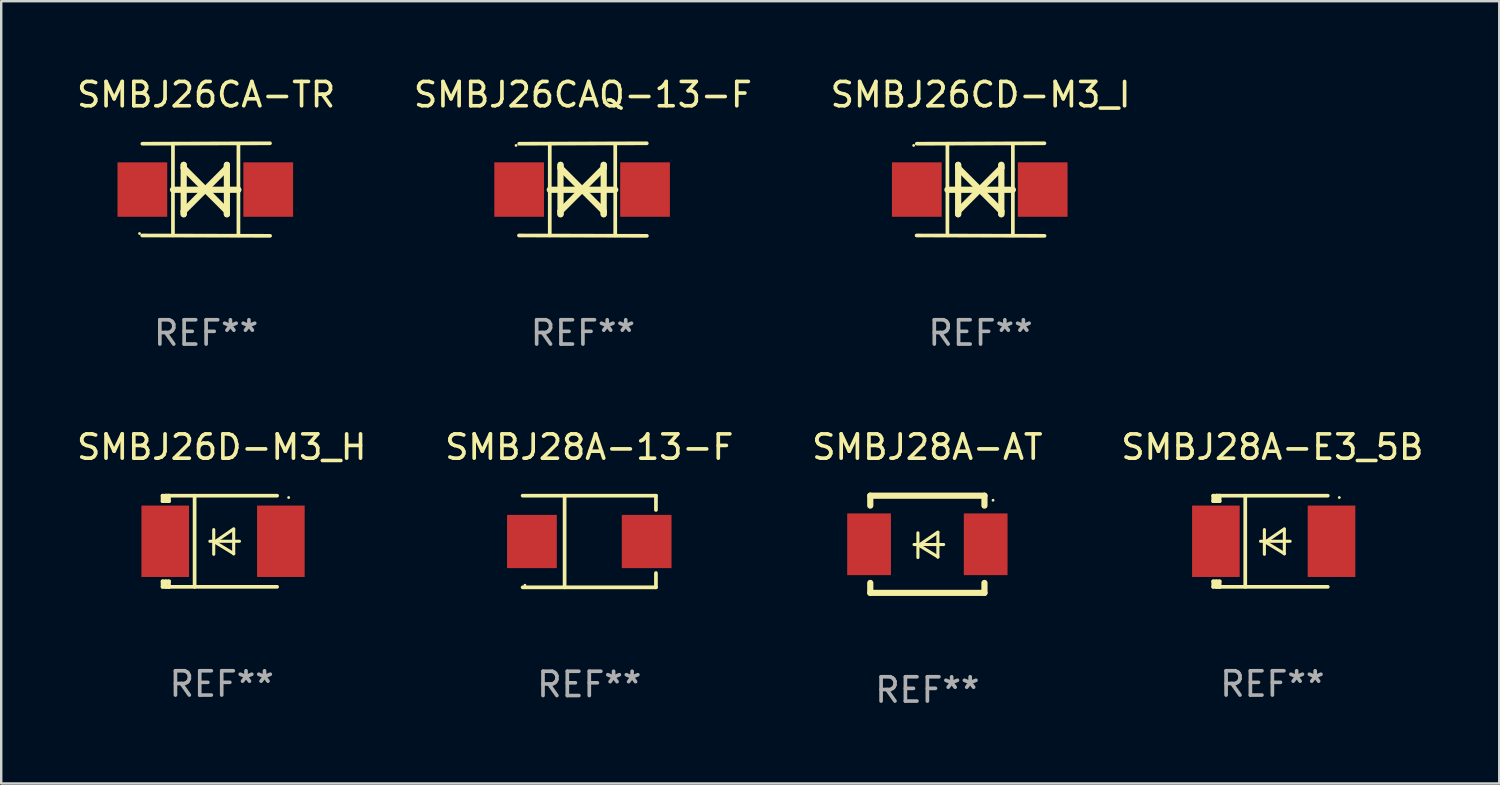
<source format=kicad_pcb>
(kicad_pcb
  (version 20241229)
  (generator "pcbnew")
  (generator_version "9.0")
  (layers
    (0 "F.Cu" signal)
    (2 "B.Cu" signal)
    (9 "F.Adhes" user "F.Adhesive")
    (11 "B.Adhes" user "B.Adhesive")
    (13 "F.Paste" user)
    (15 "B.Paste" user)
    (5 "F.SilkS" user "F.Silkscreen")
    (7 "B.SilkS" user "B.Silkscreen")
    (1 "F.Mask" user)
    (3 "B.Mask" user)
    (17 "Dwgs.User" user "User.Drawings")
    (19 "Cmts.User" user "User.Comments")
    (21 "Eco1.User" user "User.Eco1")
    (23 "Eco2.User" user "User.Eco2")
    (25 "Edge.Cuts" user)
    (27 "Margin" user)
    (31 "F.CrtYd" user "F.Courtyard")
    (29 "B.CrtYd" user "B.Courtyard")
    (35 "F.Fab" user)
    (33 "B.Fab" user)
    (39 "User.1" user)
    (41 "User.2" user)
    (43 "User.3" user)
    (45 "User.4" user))
  (footprint "SMBJ26CD-M3_I"
    (layer "F.Cu")
    (at 37.315 4.753)
    (property "Reference" "SMBJ26CD-M3_I" (at 0 -3.905 0) (layer "F.SilkS") (effects (font (size 1 1) (thickness 0.15))))
    (attr through_hole)
    (fp_line (start -1.365 1.886) (end -1.365 -1.886) (stroke (width 0.152) (type solid)) (layer "F.SilkS"))
    (fp_line (start -1.365 0.008) (end 1.33 0.008) (stroke (width 0.254) (type solid)) (layer "F.SilkS"))
    (fp_line (start -0.923 -1.016) (end -0.923 1.016) (stroke (width 0.254) (type solid)) (layer "F.SilkS"))
    (fp_line (start -0.923 -0.889) (end -0.923 -1.016) (stroke (width 0.254) (type solid)) (layer "F.SilkS"))
    (fp_line (start -0.923 0.889) (end -0.034 0) (stroke (width 0.254) (type solid)) (layer "F.SilkS"))
    (fp_line (start -0.923 1.016) (end -0.923 0.889) (stroke (width 0.254) (type solid)) (layer "F.SilkS"))
    (fp_line (start -0.034 0) (end -0.923 -0.889) (stroke (width 0.254) (type solid)) (layer "F.SilkS"))
    (fp_line (start -0.034 0) (end 0.855 0.889) (stroke (width 0.254) (type solid)) (layer "F.SilkS"))
    (fp_line (start 0.855 -1.016) (end 0.855 -0.889) (stroke (width 0.254) (type solid)) (layer "F.SilkS"))
    (fp_line (start 0.855 -0.889) (end -0.034 0) (stroke (width 0.254) (type solid)) (layer "F.SilkS"))
    (fp_line (start 0.855 0.889) (end 0.855 1.016) (stroke (width 0.254) (type solid)) (layer "F.SilkS"))
    (fp_line (start 0.855 1.016) (end 0.855 -1.016) (stroke (width 0.254) (type solid)) (layer "F.SilkS"))
    (fp_line (start 1.33 1.886) (end 1.33 -1.886) (stroke (width 0.152) (type solid)) (layer "F.SilkS"))
    (fp_line (start 2.629 -1.905) (end -2.625 -1.887) (stroke (width 0.152) (type solid)) (layer "F.SilkS"))
    (fp_line (start 2.633 1.905) (end -2.633 1.89) (stroke (width 0.152) (type solid)) (layer "F.SilkS"))
    (fp_circle (center -2.753 -1.816) (end -2.723 -1.816) (stroke (width 0.06) (type solid)) (fill no) (layer "F.SilkS"))
    (fp_text user "REF**" (at 0 5.905 0) (layer "F.Fab") (effects (font (size 1 1) (thickness 0.15))))
    (pad "1" smd rect (at -2.625 0) (size 2.047 2.241) (layers "F.Cu" "F.Mask" "F.Paste"))
    (pad "2" smd rect (at 2.557 0) (size 2.047 2.241) (layers "F.Cu" "F.Mask" "F.Paste")))
  (footprint "SMBJ26D-M3_H"
    (layer "F.Cu")
    (at 6.077 19.231)
    (property "Reference" "SMBJ26D-M3_H" (at 0 -3.876 0) (layer "F.SilkS") (effects (font (size 1 1) (thickness 0.15))))
    (attr through_hole)
    (fp_line (start -2.435 1.65) (end -2.171 1.65) (stroke (width 0.152) (type solid)) (layer "F.SilkS"))
    (fp_line (start -2.435 1.876) (end -2.435 1.65) (stroke (width 0.152) (type solid)) (layer "F.SilkS"))
    (fp_line (start -2.435 -1.876) (end -2.171 -1.876) (stroke (width 0.152) (type solid)) (layer "F.SilkS"))
    (fp_line (start -2.435 -1.65) (end -2.435 -1.876) (stroke (width 0.152) (type solid)) (layer "F.SilkS"))
    (fp_line (start -2.305 -1.866) (end -2.295 -1.876) (stroke (width 0.152) (type solid)) (layer "F.SilkS"))
    (fp_line (start -2.305 -1.65) (end -2.305 -1.866) (stroke (width 0.152) (type solid)) (layer "F.SilkS"))
    (fp_line (start -2.305 1.876) (end -2.305 1.65) (stroke (width 0.152) (type solid)) (layer "F.SilkS"))
    (fp_line (start -2.295 -1.876) (end -2.295 -1.65) (stroke (width 0.152) (type solid)) (layer "F.SilkS"))
    (fp_line (start -2.171 1.876) (end -2.435 1.876) (stroke (width 0.152) (type solid)) (layer "F.SilkS"))
    (fp_line (start -2.171 -1.65) (end -2.435 -1.65) (stroke (width 0.152) (type solid)) (layer "F.SilkS"))
    (fp_line (start -2.171 -1.876) (end -2.295 -1.876) (stroke (width 0.152) (type solid)) (layer "F.SilkS"))
    (fp_line (start -2.171 -1.65) (end -2.171 -1.876) (stroke (width 0.152) (type solid)) (layer "F.SilkS"))
    (fp_line (start -2.171 1.876) (end -2.305 1.876) (stroke (width 0.152) (type solid)) (layer "F.SilkS"))
    (fp_line (start -2.171 1.876) (end -2.171 1.65) (stroke (width 0.152) (type solid)) (layer "F.SilkS"))
    (fp_line (start -1.116 1.876) (end -1.116 -1.876) (stroke (width 0.152) (type solid)) (layer "F.SilkS"))
    (fp_line (start -0.488 0.000102) (end 0.731 0.000102) (stroke (width 0.127) (type solid)) (layer "F.SilkS"))
    (fp_line (start -0.329 -0.48) (end -0.329 0.536) (stroke (width 0.127) (type solid)) (layer "F.SilkS"))
    (fp_line (start -0.29 0.03) (end 0.493 0.51) (stroke (width 0.127) (type solid)) (layer "F.SilkS"))
    (fp_line (start 0.493 -0.51) (end -0.29 0.03) (stroke (width 0.127) (type solid)) (layer "F.SilkS"))
    (fp_line (start 0.493 0.52) (end 0.493 -0.496) (stroke (width 0.127) (type solid)) (layer "F.SilkS"))
    (fp_line (start 2.281 -1.876) (end -2.171 -1.876) (stroke (width 0.152) (type solid)) (layer "F.SilkS"))
    (fp_line (start 2.281 1.876) (end -2.171 1.876) (stroke (width 0.152) (type solid)) (layer "F.SilkS"))
    (fp_circle (center 2.755 -1.8) (end 2.785 -1.8) (stroke (width 0.06) (type solid)) (fill no) (layer "F.SilkS"))
    (fp_text user "REF**" (at 0 5.876 0) (layer "F.Fab") (effects (font (size 1 1) (thickness 0.15))))
    (pad "1" smd rect (at 2.435 -0.000025 180) (size 1.96 2.94) (layers "F.Cu" "F.Mask" "F.Paste"))
    (pad "2" smd rect (at -2.325 -0.000025 180) (size 1.96 2.94) (layers "F.Cu" "F.Mask" "F.Paste")))
  (footprint "SMBJ28A-AT"
    (layer "F.Cu")
    (at 35.125 19.355)
    (property "Reference" "SMBJ28A-AT" (at 0 -4 0) (layer "F.SilkS") (effects (font (size 1 1) (thickness 0.15))))
    (attr through_hole)
    (fp_line (start -2.35 -2) (end -2.35 -1.591) (stroke (width 0.254) (type solid)) (layer "F.SilkS"))
    (fp_line (start -2.35 -2) (end 2.35 -2) (stroke (width 0.254) (type solid)) (layer "F.SilkS"))
    (fp_line (start -2.35 1.591) (end -2.35 2) (stroke (width 0.254) (type solid)) (layer "F.SilkS"))
    (fp_line (start -2.35 2) (end 2.35 2) (stroke (width 0.254) (type solid)) (layer "F.SilkS"))
    (fp_line (start -0.548 0.01) (end 0.671 0.01) (stroke (width 0.127) (type solid)) (layer "F.SilkS"))
    (fp_line (start -0.389 -0.47) (end -0.389 0.546) (stroke (width 0.127) (type solid)) (layer "F.SilkS"))
    (fp_line (start -0.35 0.04) (end 0.433 0.52) (stroke (width 0.127) (type solid)) (layer "F.SilkS"))
    (fp_line (start 0.433 -0.5) (end -0.35 0.04) (stroke (width 0.127) (type solid)) (layer "F.SilkS"))
    (fp_line (start 0.433 0.53) (end 0.433 -0.486) (stroke (width 0.127) (type solid)) (layer "F.SilkS"))
    (fp_line (start 2.35 -2) (end 2.35 -1.591) (stroke (width 0.254) (type solid)) (layer "F.SilkS"))
    (fp_line (start 2.35 1.591) (end 2.35 2) (stroke (width 0.254) (type solid)) (layer "F.SilkS"))
    (fp_circle (center 2.704 -1.813) (end 2.734 -1.813) (stroke (width 0.06) (type solid)) (fill no) (layer "F.SilkS"))
    (fp_text user "REF**" (at 0 6 0) (layer "F.Fab") (effects (font (size 1 1) (thickness 0.15))))
    (pad "1" smd rect (at 2.4 0) (size 1.8 2.54) (layers "F.Cu" "F.Mask" "F.Paste"))
    (pad "2" smd rect (at -2.4 0) (size 1.8 2.54) (layers "F.Cu" "F.Mask" "F.Paste")))
  (footprint "SMBJ28A-E3_5B"
    (layer "F.Cu")
    (at 49.327 19.231)
    (property "Reference" "SMBJ28A-E3_5B" (at 0 -3.876 0) (layer "F.SilkS") (effects (font (size 1 1) (thickness 0.15))))
    (attr through_hole)
    (fp_line (start -2.435 1.65) (end -2.171 1.65) (stroke (width 0.152) (type solid)) (layer "F.SilkS"))
    (fp_line (start -2.435 1.876) (end -2.435 1.65) (stroke (width 0.152) (type solid)) (layer "F.SilkS"))
    (fp_line (start -2.435 -1.876) (end -2.171 -1.876) (stroke (width 0.152) (type solid)) (layer "F.SilkS"))
    (fp_line (start -2.435 -1.65) (end -2.435 -1.876) (stroke (width 0.152) (type solid)) (layer "F.SilkS"))
    (fp_line (start -2.305 -1.866) (end -2.295 -1.876) (stroke (width 0.152) (type solid)) (layer "F.SilkS"))
    (fp_line (start -2.305 -1.65) (end -2.305 -1.866) (stroke (width 0.152) (type solid)) (layer "F.SilkS"))
    (fp_line (start -2.305 1.876) (end -2.305 1.65) (stroke (width 0.152) (type solid)) (layer "F.SilkS"))
    (fp_line (start -2.295 -1.876) (end -2.295 -1.65) (stroke (width 0.152) (type solid)) (layer "F.SilkS"))
    (fp_line (start -2.171 1.876) (end -2.435 1.876) (stroke (width 0.152) (type solid)) (layer "F.SilkS"))
    (fp_line (start -2.171 -1.65) (end -2.435 -1.65) (stroke (width 0.152) (type solid)) (layer "F.SilkS"))
    (fp_line (start -2.171 -1.876) (end -2.295 -1.876) (stroke (width 0.152) (type solid)) (layer "F.SilkS"))
    (fp_line (start -2.171 -1.65) (end -2.171 -1.876) (stroke (width 0.152) (type solid)) (layer "F.SilkS"))
    (fp_line (start -2.171 1.876) (end -2.305 1.876) (stroke (width 0.152) (type solid)) (layer "F.SilkS"))
    (fp_line (start -2.171 1.876) (end -2.171 1.65) (stroke (width 0.152) (type solid)) (layer "F.SilkS"))
    (fp_line (start -1.116 1.876) (end -1.116 -1.876) (stroke (width 0.152) (type solid)) (layer "F.SilkS"))
    (fp_line (start -0.488 0.000102) (end 0.731 0.000102) (stroke (width 0.127) (type solid)) (layer "F.SilkS"))
    (fp_line (start -0.329 -0.48) (end -0.329 0.536) (stroke (width 0.127) (type solid)) (layer "F.SilkS"))
    (fp_line (start -0.29 0.03) (end 0.493 0.51) (stroke (width 0.127) (type solid)) (layer "F.SilkS"))
    (fp_line (start 0.493 -0.51) (end -0.29 0.03) (stroke (width 0.127) (type solid)) (layer "F.SilkS"))
    (fp_line (start 0.493 0.52) (end 0.493 -0.496) (stroke (width 0.127) (type solid)) (layer "F.SilkS"))
    (fp_line (start 2.281 -1.876) (end -2.171 -1.876) (stroke (width 0.152) (type solid)) (layer "F.SilkS"))
    (fp_line (start 2.281 1.876) (end -2.171 1.876) (stroke (width 0.152) (type solid)) (layer "F.SilkS"))
    (fp_circle (center 2.755 -1.8) (end 2.785 -1.8) (stroke (width 0.06) (type solid)) (fill no) (layer "F.SilkS"))
    (fp_text user "REF**" (at 0 5.876 0) (layer "F.Fab") (effects (font (size 1 1) (thickness 0.15))))
    (pad "1" smd rect (at 2.435 -0.000025 180) (size 1.96 2.94) (layers "F.Cu" "F.Mask" "F.Paste"))
    (pad "2" smd rect (at -2.325 -0.000025 180) (size 1.96 2.94) (layers "F.Cu" "F.Mask" "F.Paste")))
  (footprint "SMBJ26CA-TR"
    (layer "F.Cu")
    (at 5.435 4.753)
    (property "Reference" "SMBJ26CA-TR" (at 0 -3.905 0) (layer "F.SilkS") (effects (font (size 1 1) (thickness 0.15))))
    (attr through_hole)
    (fp_line (start -1.365 1.886) (end -1.365 -1.886) (stroke (width 0.152) (type solid)) (layer "F.SilkS"))
    (fp_line (start -1.365 0.008) (end 1.33 0.008) (stroke (width 0.254) (type solid)) (layer "F.SilkS"))
    (fp_line (start -0.923 -1.016) (end -0.923 1.016) (stroke (width 0.254) (type solid)) (layer "F.SilkS"))
    (fp_line (start -0.923 -0.889) (end -0.923 -1.016) (stroke (width 0.254) (type solid)) (layer "F.SilkS"))
    (fp_line (start -0.923 0.889) (end -0.034 0) (stroke (width 0.254) (type solid)) (layer "F.SilkS"))
    (fp_line (start -0.923 1.016) (end -0.923 0.889) (stroke (width 0.254) (type solid)) (layer "F.SilkS"))
    (fp_line (start -0.034 0) (end -0.923 -0.889) (stroke (width 0.254) (type solid)) (layer "F.SilkS"))
    (fp_line (start -0.034 0) (end 0.855 0.889) (stroke (width 0.254) (type solid)) (layer "F.SilkS"))
    (fp_line (start 0.855 -1.016) (end 0.855 -0.889) (stroke (width 0.254) (type solid)) (layer "F.SilkS"))
    (fp_line (start 0.855 -0.889) (end -0.034 0) (stroke (width 0.254) (type solid)) (layer "F.SilkS"))
    (fp_line (start 0.855 0.889) (end 0.855 1.016) (stroke (width 0.254) (type solid)) (layer "F.SilkS"))
    (fp_line (start 0.855 1.016) (end 0.855 -1.016) (stroke (width 0.254) (type solid)) (layer "F.SilkS"))
    (fp_line (start 1.33 1.886) (end 1.33 -1.886) (stroke (width 0.152) (type solid)) (layer "F.SilkS"))
    (fp_line (start 2.629 -1.905) (end -2.625 -1.887) (stroke (width 0.152) (type solid)) (layer "F.SilkS"))
    (fp_line (start 2.633 1.905) (end -2.633 1.89) (stroke (width 0.152) (type solid)) (layer "F.SilkS"))
    (fp_circle (center -2.741 1.81) (end -2.711 1.81) (stroke (width 0.06) (type solid)) (fill no) (layer "F.SilkS"))
    (fp_text user "REF**" (at 0 5.905 0) (layer "F.Fab") (effects (font (size 1 1) (thickness 0.15))))
    (pad "1" smd rect (at -2.625 0) (size 2.047 2.241) (layers "F.Cu" "F.Mask" "F.Paste"))
    (pad "2" smd rect (at 2.557 0) (size 2.047 2.241) (layers "F.Cu" "F.Mask" "F.Paste")))
  (footprint "SMBJ26CAQ-13-F"
    (layer "F.Cu")
    (at 20.946 4.753)
    (property "Reference" "SMBJ26CAQ-13-F" (at 0 -3.905 0) (layer "F.SilkS") (effects (font (size 1 1) (thickness 0.15))))
    (attr through_hole)
    (fp_line (start -1.365 1.886) (end -1.365 -1.886) (stroke (width 0.152) (type solid)) (layer "F.SilkS"))
    (fp_line (start -1.365 0.008) (end 1.33 0.008) (stroke (width 0.254) (type solid)) (layer "F.SilkS"))
    (fp_line (start -0.923 -1.016) (end -0.923 1.016) (stroke (width 0.254) (type solid)) (layer "F.SilkS"))
    (fp_line (start -0.923 -0.889) (end -0.923 -1.016) (stroke (width 0.254) (type solid)) (layer "F.SilkS"))
    (fp_line (start -0.923 0.889) (end -0.034 0) (stroke (width 0.254) (type solid)) (layer "F.SilkS"))
    (fp_line (start -0.923 1.016) (end -0.923 0.889) (stroke (width 0.254) (type solid)) (layer "F.SilkS"))
    (fp_line (start -0.034 0) (end -0.923 -0.889) (stroke (width 0.254) (type solid)) (layer "F.SilkS"))
    (fp_line (start -0.034 0) (end 0.855 0.889) (stroke (width 0.254) (type solid)) (layer "F.SilkS"))
    (fp_line (start 0.855 -1.016) (end 0.855 -0.889) (stroke (width 0.254) (type solid)) (layer "F.SilkS"))
    (fp_line (start 0.855 -0.889) (end -0.034 0) (stroke (width 0.254) (type solid)) (layer "F.SilkS"))
    (fp_line (start 0.855 0.889) (end 0.855 1.016) (stroke (width 0.254) (type solid)) (layer "F.SilkS"))
    (fp_line (start 0.855 1.016) (end 0.855 -1.016) (stroke (width 0.254) (type solid)) (layer "F.SilkS"))
    (fp_line (start 1.33 1.886) (end 1.33 -1.886) (stroke (width 0.152) (type solid)) (layer "F.SilkS"))
    (fp_line (start 2.629 -1.905) (end -2.625 -1.887) (stroke (width 0.152) (type solid)) (layer "F.SilkS"))
    (fp_line (start 2.633 1.905) (end -2.633 1.89) (stroke (width 0.152) (type solid)) (layer "F.SilkS"))
    (fp_circle (center -2.753 -1.816) (end -2.723 -1.816) (stroke (width 0.06) (type solid)) (fill no) (layer "F.SilkS"))
    (fp_text user "REF**" (at 0 5.905 0) (layer "F.Fab") (effects (font (size 1 1) (thickness 0.15))))
    (pad "1" smd rect (at -2.625 0) (size 2.047 2.241) (layers "F.Cu" "F.Mask" "F.Paste"))
    (pad "2" smd rect (at 2.557 0) (size 2.047 2.241) (layers "F.Cu" "F.Mask" "F.Paste")))
  (footprint "SMBJ28A-13-F"
    (layer "F.Cu")
    (at 21.208 19.241)
    (property "Reference" "SMBJ28A-13-F" (at 0 -3.886 0) (layer "F.SilkS") (effects (font (size 1 1) (thickness 0.15))))
    (attr through_hole)
    (fp_line (start -2.744 -1.886) (end 2.744 -1.886) (stroke (width 0.152) (type solid)) (layer "F.SilkS"))
    (fp_line (start -2.744 1.886) (end 2.744 1.886) (stroke (width 0.152) (type solid)) (layer "F.SilkS"))
    (fp_line (start -1.016 -1.886) (end -1.016 1.886) (stroke (width 0.152) (type solid)) (layer "F.SilkS"))
    (fp_line (start 2.744 -1.886) (end 2.744 -1.299) (stroke (width 0.152) (type solid)) (layer "F.SilkS"))
    (fp_line (start 2.744 1.886) (end 2.744 1.299) (stroke (width 0.152) (type solid)) (layer "F.SilkS"))
    (fp_circle (center -2.65 1.8) (end -2.62 1.8) (stroke (width 0.06) (type solid)) (fill no) (layer "F.SilkS"))
    (fp_text user "REF**" (at 0 5.886 0) (layer "F.Fab") (effects (font (size 1 1) (thickness 0.15))))
    (pad "1" smd rect (at -2.361 0) (size 2.047 2.192) (layers "F.Cu" "F.Mask" "F.Paste"))
    (pad "2" smd rect (at 2.361 0) (size 2.047 2.192) (layers "F.Cu" "F.Mask" "F.Paste")))
  (gr_rect
    (start -3 -3)
    (end 58.667 29.203)
    (stroke (width 0.1) (type default))
    (fill no)
    (layer "Edge.Cuts")))
</source>
